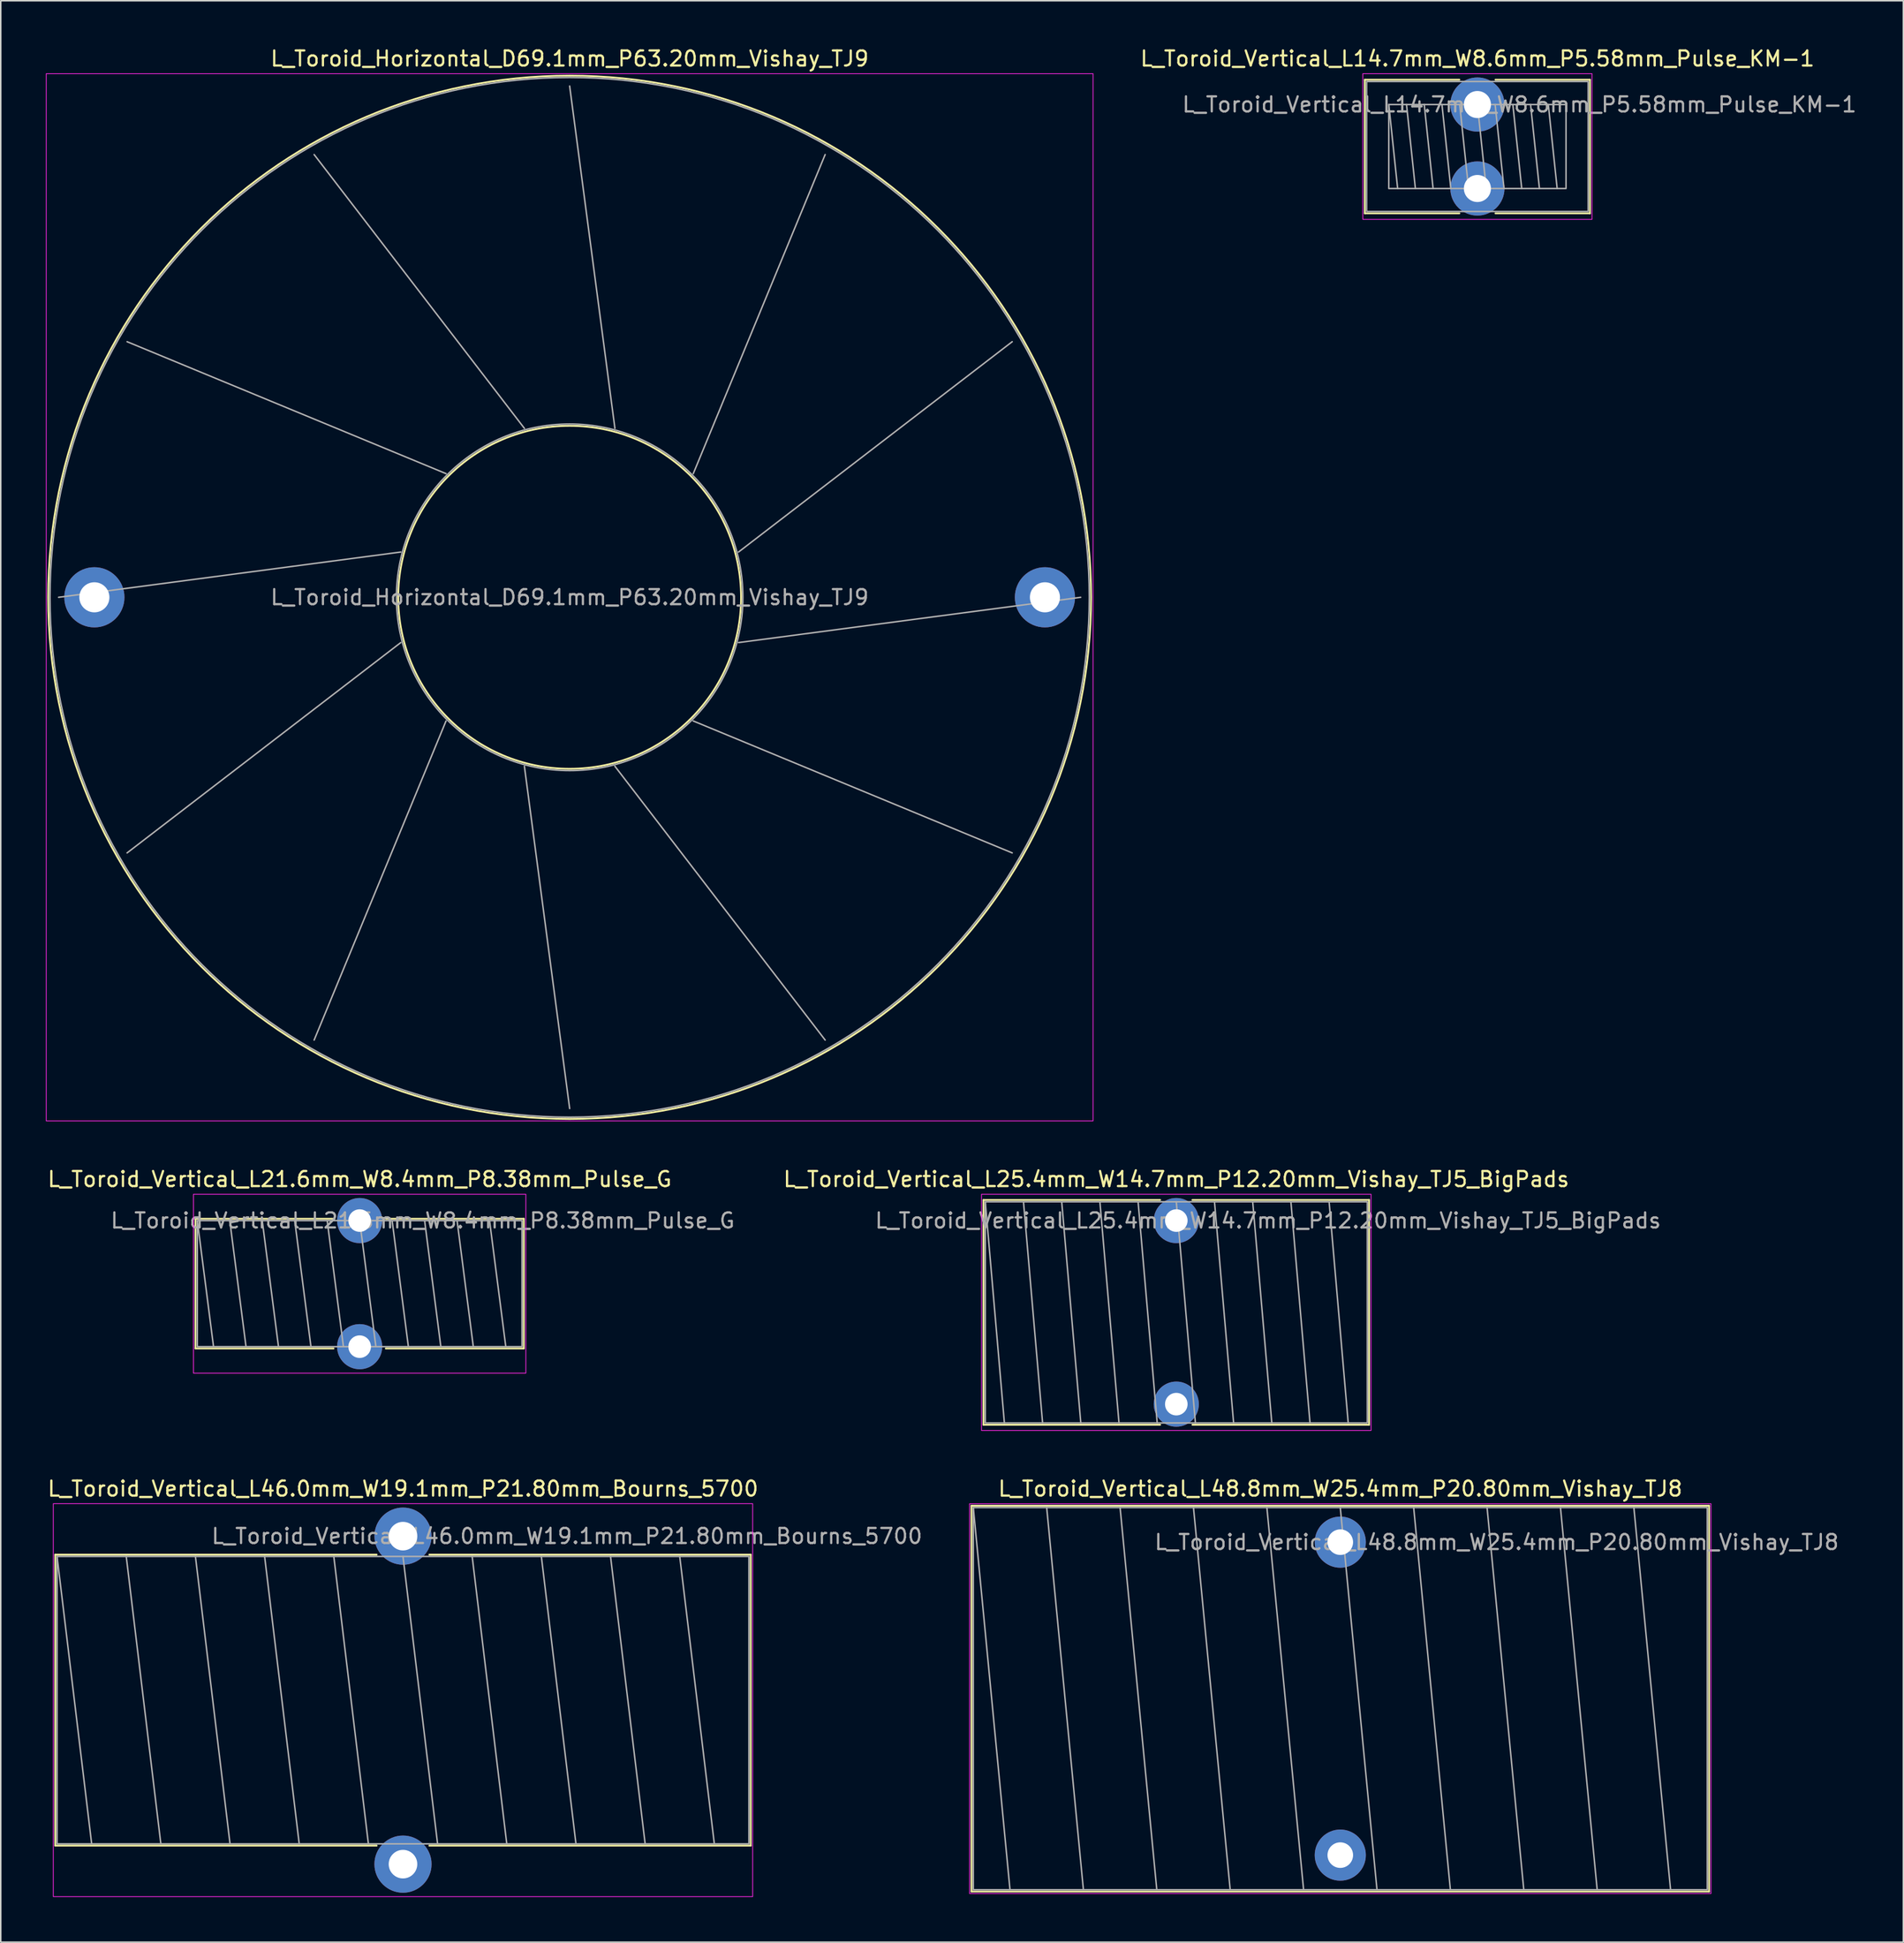
<source format=kicad_pcb>
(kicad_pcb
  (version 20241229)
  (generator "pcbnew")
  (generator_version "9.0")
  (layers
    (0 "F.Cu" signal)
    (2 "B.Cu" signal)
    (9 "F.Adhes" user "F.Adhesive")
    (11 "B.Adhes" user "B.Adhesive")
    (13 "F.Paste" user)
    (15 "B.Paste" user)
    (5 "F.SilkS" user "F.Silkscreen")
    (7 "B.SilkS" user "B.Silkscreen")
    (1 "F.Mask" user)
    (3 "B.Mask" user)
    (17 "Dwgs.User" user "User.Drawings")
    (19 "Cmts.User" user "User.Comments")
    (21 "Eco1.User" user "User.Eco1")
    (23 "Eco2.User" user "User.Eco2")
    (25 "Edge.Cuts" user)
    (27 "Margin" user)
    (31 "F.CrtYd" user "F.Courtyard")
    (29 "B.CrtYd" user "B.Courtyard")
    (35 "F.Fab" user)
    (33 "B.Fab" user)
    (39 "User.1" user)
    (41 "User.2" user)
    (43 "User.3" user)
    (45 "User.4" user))
  (footprint "L_Toroid_Vertical_L48.8mm_W25.4mm_P20.80mm_Vishay_TJ8"
    (layer "F.Cu")
    (at 86.063 99.445)
    (property "Reference" "L_Toroid_Vertical_L48.8mm_W25.4mm_P20.80mm_Vishay_TJ8" (at 0 -3.55 0) (layer "F.SilkS") (effects (font (size 1 1) (thickness 0.15))))
    (attr through_hole)
    (fp_line (start -24.52 -2.42) (end 24.52 -2.42) (stroke (width 0.12) (type solid)) (layer "F.SilkS"))
    (fp_line (start -24.52 23.22) (end -24.52 -2.42) (stroke (width 0.12) (type solid)) (layer "F.SilkS"))
    (fp_line (start 24.52 -2.42) (end 24.52 23.22) (stroke (width 0.12) (type solid)) (layer "F.SilkS"))
    (fp_line (start 24.52 23.22) (end -24.52 23.22) (stroke (width 0.12) (type solid)) (layer "F.SilkS"))
    (fp_rect (start -24.65 -2.55) (end 24.65 23.35) (stroke (width 0.05) (type solid)) (fill no) (layer "F.CrtYd"))
    (fp_line (start -24.4 -2.3) (end -21.96 23.1) (stroke (width 0.1) (type solid)) (layer "F.Fab"))
    (fp_line (start -19.52 -2.3) (end -17.08 23.1) (stroke (width 0.1) (type solid)) (layer "F.Fab"))
    (fp_line (start -14.64 -2.3) (end -12.2 23.1) (stroke (width 0.1) (type solid)) (layer "F.Fab"))
    (fp_line (start -9.76 -2.3) (end -7.32 23.1) (stroke (width 0.1) (type solid)) (layer "F.Fab"))
    (fp_line (start -4.88 -2.3) (end -2.44 23.1) (stroke (width 0.1) (type solid)) (layer "F.Fab"))
    (fp_line (start 0 -2.3) (end 2.44 23.1) (stroke (width 0.1) (type solid)) (layer "F.Fab"))
    (fp_line (start 4.88 -2.3) (end 7.32 23.1) (stroke (width 0.1) (type solid)) (layer "F.Fab"))
    (fp_line (start 9.76 -2.3) (end 12.2 23.1) (stroke (width 0.1) (type solid)) (layer "F.Fab"))
    (fp_line (start 14.64 -2.3) (end 17.08 23.1) (stroke (width 0.1) (type solid)) (layer "F.Fab"))
    (fp_line (start 19.52 -2.3) (end 21.96 23.1) (stroke (width 0.1) (type solid)) (layer "F.Fab"))
    (fp_rect (start -24.4 -2.3) (end 24.4 23.1) (stroke (width 0.1) (type solid)) (fill no) (layer "F.Fab"))
    (fp_text user "${REFERENCE}" (at 10.4 0 0) (layer "F.Fab") (effects (font (size 1 1) (thickness 0.15))))
    (pad "1" thru_hole circle (at 0 0) (size 3.4 3.4) (drill 1.7) (layers "*.Cu" "*.Mask"))
    (pad "2" thru_hole circle (at 0 20.8) (size 3.4 3.4) (drill 1.7) (layers "*.Cu" "*.Mask")))
  (footprint "L_Toroid_Vertical_L46.0mm_W19.1mm_P21.80mm_Bourns_5700"
    (layer "F.Cu")
    (at 23.744 99.045)
    (property "Reference" "L_Toroid_Vertical_L46.0mm_W19.1mm_P21.80mm_Bourns_5700" (at 0 -3.15 0) (layer "F.SilkS") (effects (font (size 1 1) (thickness 0.15))))
    (attr through_hole)
    (fp_line (start -23.12 1.23) (end -1.751 1.23) (stroke (width 0.12) (type solid)) (layer "F.SilkS"))
    (fp_line (start -23.12 20.57) (end -23.12 1.23) (stroke (width 0.12) (type solid)) (layer "F.SilkS"))
    (fp_line (start -1.751 20.57) (end -23.12 20.57) (stroke (width 0.12) (type solid)) (layer "F.SilkS"))
    (fp_line (start 1.751 1.23) (end 23.12 1.23) (stroke (width 0.12) (type solid)) (layer "F.SilkS"))
    (fp_line (start 23.12 1.23) (end 23.12 20.57) (stroke (width 0.12) (type solid)) (layer "F.SilkS"))
    (fp_line (start 23.12 20.57) (end 1.751 20.57) (stroke (width 0.12) (type solid)) (layer "F.SilkS"))
    (fp_rect (start -23.25 -2.16) (end 23.25 23.96) (stroke (width 0.05) (type solid)) (fill no) (layer "F.CrtYd"))
    (fp_line (start -23 1.35) (end -20.7 20.45) (stroke (width 0.1) (type solid)) (layer "F.Fab"))
    (fp_line (start -18.4 1.35) (end -16.1 20.45) (stroke (width 0.1) (type solid)) (layer "F.Fab"))
    (fp_line (start -13.8 1.35) (end -11.5 20.45) (stroke (width 0.1) (type solid)) (layer "F.Fab"))
    (fp_line (start -9.2 1.35) (end -6.9 20.45) (stroke (width 0.1) (type solid)) (layer "F.Fab"))
    (fp_line (start -4.6 1.35) (end -2.3 20.45) (stroke (width 0.1) (type solid)) (layer "F.Fab"))
    (fp_line (start 0 1.35) (end 2.3 20.45) (stroke (width 0.1) (type solid)) (layer "F.Fab"))
    (fp_line (start 4.6 1.35) (end 6.9 20.45) (stroke (width 0.1) (type solid)) (layer "F.Fab"))
    (fp_line (start 9.2 1.35) (end 11.5 20.45) (stroke (width 0.1) (type solid)) (layer "F.Fab"))
    (fp_line (start 13.8 1.35) (end 16.1 20.45) (stroke (width 0.1) (type solid)) (layer "F.Fab"))
    (fp_line (start 18.4 1.35) (end 20.7 20.45) (stroke (width 0.1) (type solid)) (layer "F.Fab"))
    (fp_rect (start -23 1.35) (end 23 20.45) (stroke (width 0.1) (type solid)) (fill no) (layer "F.Fab"))
    (fp_text user "${REFERENCE}" (at 10.9 0 0) (layer "F.Fab") (effects (font (size 1 1) (thickness 0.15))))
    (pad "1" thru_hole circle (at 0 0) (size 3.8 3.8) (drill 1.9) (layers "*.Cu" "*.Mask"))
    (pad "2" thru_hole circle (at 0 21.8) (size 3.8 3.8) (drill 1.9) (layers "*.Cu" "*.Mask")))
  (footprint "L_Toroid_Vertical_L21.6mm_W8.4mm_P8.38mm_Pulse_G"
    (layer "F.Cu")
    (at 20.863 78.072)
    (property "Reference" "L_Toroid_Vertical_L21.6mm_W8.4mm_P8.38mm_Pulse_G" (at 0 -2.75 0) (layer "F.SilkS") (effects (font (size 1 1) (thickness 0.15))))
    (attr through_hole)
    (fp_line (start -10.915 -0.12) (end -1.736 -0.12) (stroke (width 0.12) (type solid)) (layer "F.SilkS"))
    (fp_line (start -10.915 8.5) (end -10.915 -0.12) (stroke (width 0.12) (type solid)) (layer "F.SilkS"))
    (fp_line (start -1.736 8.5) (end -10.915 8.5) (stroke (width 0.12) (type solid)) (layer "F.SilkS"))
    (fp_line (start 1.736 -0.12) (end 10.915 -0.12) (stroke (width 0.12) (type solid)) (layer "F.SilkS"))
    (fp_line (start 10.915 -0.12) (end 10.915 8.5) (stroke (width 0.12) (type solid)) (layer "F.SilkS"))
    (fp_line (start 10.915 8.5) (end 1.736 8.5) (stroke (width 0.12) (type solid)) (layer "F.SilkS"))
    (fp_rect (start -11.05 -1.75) (end 11.05 10.14) (stroke (width 0.05) (type solid)) (fill no) (layer "F.CrtYd"))
    (fp_line (start -10.795 0) (end -9.716 8.38) (stroke (width 0.1) (type solid)) (layer "F.Fab"))
    (fp_line (start -8.636 0) (end -7.556 8.38) (stroke (width 0.1) (type solid)) (layer "F.Fab"))
    (fp_line (start -6.477 0) (end -5.397 8.38) (stroke (width 0.1) (type solid)) (layer "F.Fab"))
    (fp_line (start -4.318 0) (end -3.239 8.38) (stroke (width 0.1) (type solid)) (layer "F.Fab"))
    (fp_line (start -2.159 0) (end -1.079 8.38) (stroke (width 0.1) (type solid)) (layer "F.Fab"))
    (fp_line (start 0 0) (end 1.079 8.38) (stroke (width 0.1) (type solid)) (layer "F.Fab"))
    (fp_line (start 2.159 0) (end 3.239 8.38) (stroke (width 0.1) (type solid)) (layer "F.Fab"))
    (fp_line (start 4.318 0) (end 5.397 8.38) (stroke (width 0.1) (type solid)) (layer "F.Fab"))
    (fp_line (start 6.477 0) (end 7.556 8.38) (stroke (width 0.1) (type solid)) (layer "F.Fab"))
    (fp_line (start 8.636 0) (end 9.716 8.38) (stroke (width 0.1) (type solid)) (layer "F.Fab"))
    (fp_rect (start -10.795 0) (end 10.795 8.38) (stroke (width 0.1) (type solid)) (fill no) (layer "F.Fab"))
    (fp_text user "${REFERENCE}" (at 4.19 0 0) (layer "F.Fab") (effects (font (size 1 1) (thickness 0.15))))
    (pad "1" thru_hole circle (at 0 0) (size 3 3) (drill 1.5) (layers "*.Cu" "*.Mask"))
    (pad "2" thru_hole circle (at 0 8.38) (size 3 3) (drill 1.5) (layers "*.Cu" "*.Mask")))
  (footprint "L_Toroid_Horizontal_D69.1mm_P63.20mm_Vishay_TJ9"
    (layer "F.Cu")
    (at 3.225 36.648)
    (property "Reference" "L_Toroid_Horizontal_D69.1mm_P63.20mm_Vishay_TJ9" (at 31.6 -35.8 0) (layer "F.SilkS") (effects (font (size 1 1) (thickness 0.15))))
    (attr through_hole)
    (fp_circle (center 31.6 0) (end 42.997 0) (stroke (width 0.12) (type solid)) (fill no) (layer "F.SilkS"))
    (fp_circle (center 31.6 0) (end 66.27 0) (stroke (width 0.12) (type solid)) (fill no) (layer "F.SilkS"))
    (fp_rect (start -3.2 -34.8) (end 66.4 34.8) (stroke (width 0.05) (type solid)) (fill no) (layer "F.CrtYd"))
    (fp_line (start -2.377 0) (end 20.371 -3.009) (stroke (width 0.1) (type solid)) (layer "F.Fab"))
    (fp_line (start 2.175 -16.988) (end 23.38 -8.22) (stroke (width 0.1) (type solid)) (layer "F.Fab"))
    (fp_line (start 2.175 16.988) (end 20.371 3.009) (stroke (width 0.1) (type solid)) (layer "F.Fab"))
    (fp_line (start 14.612 -29.425) (end 28.591 -11.229) (stroke (width 0.1) (type solid)) (layer "F.Fab"))
    (fp_line (start 14.612 29.425) (end 23.38 8.22) (stroke (width 0.1) (type solid)) (layer "F.Fab"))
    (fp_line (start 31.6 -33.977) (end 34.609 -11.229) (stroke (width 0.1) (type solid)) (layer "F.Fab"))
    (fp_line (start 31.6 33.977) (end 28.591 11.229) (stroke (width 0.1) (type solid)) (layer "F.Fab"))
    (fp_line (start 48.588 -29.425) (end 39.82 -8.22) (stroke (width 0.1) (type solid)) (layer "F.Fab"))
    (fp_line (start 48.588 29.425) (end 34.609 11.229) (stroke (width 0.1) (type solid)) (layer "F.Fab"))
    (fp_line (start 61.025 -16.988) (end 42.829 -3.009) (stroke (width 0.1) (type solid)) (layer "F.Fab"))
    (fp_line (start 61.025 16.988) (end 39.82 8.22) (stroke (width 0.1) (type solid)) (layer "F.Fab"))
    (fp_line (start 65.577 0) (end 42.829 3.009) (stroke (width 0.1) (type solid)) (layer "F.Fab"))
    (fp_circle (center 31.6 0) (end 43.117 0) (stroke (width 0.1) (type solid)) (fill no) (layer "F.Fab"))
    (fp_circle (center 31.6 0) (end 66.15 0) (stroke (width 0.1) (type solid)) (fill no) (layer "F.Fab"))
    (fp_text user "${REFERENCE}" (at 31.6 0 0) (layer "F.Fab") (effects (font (size 1 1) (thickness 0.15))))
    (pad "1" thru_hole circle (at 0 0) (size 4 4) (drill 2) (layers "*.Cu" "*.Mask"))
    (pad "2" thru_hole circle (at 63.2 0) (size 4 4) (drill 2) (layers "*.Cu" "*.Mask")))
  (footprint "L_Toroid_Vertical_L14.7mm_W8.6mm_P5.58mm_Pulse_KM-1"
    (layer "F.Cu")
    (at 95.18 3.898)
    (property "Reference" "L_Toroid_Vertical_L14.7mm_W8.6mm_P5.58mm_Pulse_KM-1" (at 0 -3.05 0) (layer "F.SilkS") (effects (font (size 1 1) (thickness 0.15))))
    (attr through_hole)
    (fp_line (start -7.485 -1.65) (end -1.2 -1.65) (stroke (width 0.12) (type solid)) (layer "F.SilkS"))
    (fp_line (start -7.485 7.23) (end -7.485 -1.65) (stroke (width 0.12) (type solid)) (layer "F.SilkS"))
    (fp_line (start -1.2 7.23) (end -7.485 7.23) (stroke (width 0.12) (type solid)) (layer "F.SilkS"))
    (fp_line (start 1.2 -1.65) (end 7.485 -1.65) (stroke (width 0.12) (type solid)) (layer "F.SilkS"))
    (fp_line (start 7.485 -1.65) (end 7.485 7.23) (stroke (width 0.12) (type solid)) (layer "F.SilkS"))
    (fp_line (start 7.485 7.23) (end 1.2 7.23) (stroke (width 0.12) (type solid)) (layer "F.SilkS"))
    (fp_rect (start -7.62 -2.05) (end 7.62 7.63) (stroke (width 0.05) (type solid)) (fill no) (layer "F.CrtYd"))
    (fp_line (start -5.892 0) (end -5.303 5.58) (stroke (width 0.1) (type solid)) (layer "F.Fab"))
    (fp_line (start -4.714 0) (end -4.124 5.58) (stroke (width 0.1) (type solid)) (layer "F.Fab"))
    (fp_line (start -3.535 0) (end -2.946 5.58) (stroke (width 0.1) (type solid)) (layer "F.Fab"))
    (fp_line (start -2.357 0) (end -1.768 5.58) (stroke (width 0.1) (type solid)) (layer "F.Fab"))
    (fp_line (start -1.178 0) (end -0.589 5.58) (stroke (width 0.1) (type solid)) (layer "F.Fab"))
    (fp_line (start 0 0) (end 0.589 5.58) (stroke (width 0.1) (type solid)) (layer "F.Fab"))
    (fp_line (start 1.178 0) (end 1.768 5.58) (stroke (width 0.1) (type solid)) (layer "F.Fab"))
    (fp_line (start 2.357 0) (end 2.946 5.58) (stroke (width 0.1) (type solid)) (layer "F.Fab"))
    (fp_line (start 3.535 0) (end 4.124 5.58) (stroke (width 0.1) (type solid)) (layer "F.Fab"))
    (fp_line (start 4.714 0) (end 5.303 5.58) (stroke (width 0.1) (type solid)) (layer "F.Fab"))
    (fp_rect (start -7.365 -1.53) (end 7.365 7.11) (stroke (width 0.1) (type solid)) (fill no) (layer "F.Fab"))
    (fp_rect (start -5.892 0) (end 5.892 5.58) (stroke (width 0.1) (type solid)) (fill no) (layer "F.Fab"))
    (fp_text user "${REFERENCE}" (at 2.79 0 0) (layer "F.Fab") (effects (font (size 1 1) (thickness 0.15))))
    (pad "1" thru_hole circle (at 0 0) (size 3.6 3.6) (drill 1.8) (layers "*.Cu" "*.Mask"))
    (pad "2" thru_hole circle (at 0 5.58) (size 3.6 3.6) (drill 1.8) (layers "*.Cu" "*.Mask")))
  (footprint "L_Toroid_Vertical_L25.4mm_W14.7mm_P12.20mm_Vishay_TJ5_BigPads"
    (layer "F.Cu")
    (at 75.16 78.072)
    (property "Reference" "L_Toroid_Vertical_L25.4mm_W14.7mm_P12.20mm_Vishay_TJ5_BigPads" (at 0 -2.75 0) (layer "F.SilkS") (effects (font (size 1 1) (thickness 0.15))))
    (attr through_hole)
    (fp_line (start -12.82 -1.37) (end -1.073 -1.37) (stroke (width 0.12) (type solid)) (layer "F.SilkS"))
    (fp_line (start -12.82 13.57) (end -12.82 -1.37) (stroke (width 0.12) (type solid)) (layer "F.SilkS"))
    (fp_line (start -1.073 13.57) (end -12.82 13.57) (stroke (width 0.12) (type solid)) (layer "F.SilkS"))
    (fp_line (start 1.073 -1.37) (end 12.82 -1.37) (stroke (width 0.12) (type solid)) (layer "F.SilkS"))
    (fp_line (start 12.82 -1.37) (end 12.82 13.57) (stroke (width 0.12) (type solid)) (layer "F.SilkS"))
    (fp_line (start 12.82 13.57) (end 1.073 13.57) (stroke (width 0.12) (type solid)) (layer "F.SilkS"))
    (fp_rect (start -12.95 -1.75) (end 12.95 13.95) (stroke (width 0.05) (type solid)) (fill no) (layer "F.CrtYd"))
    (fp_line (start -12.7 -1.25) (end -11.43 13.45) (stroke (width 0.1) (type solid)) (layer "F.Fab"))
    (fp_line (start -10.16 -1.25) (end -8.89 13.45) (stroke (width 0.1) (type solid)) (layer "F.Fab"))
    (fp_line (start -7.62 -1.25) (end -6.35 13.45) (stroke (width 0.1) (type solid)) (layer "F.Fab"))
    (fp_line (start -5.08 -1.25) (end -3.81 13.45) (stroke (width 0.1) (type solid)) (layer "F.Fab"))
    (fp_line (start -2.54 -1.25) (end -1.27 13.45) (stroke (width 0.1) (type solid)) (layer "F.Fab"))
    (fp_line (start 0 -1.25) (end 1.27 13.45) (stroke (width 0.1) (type solid)) (layer "F.Fab"))
    (fp_line (start 2.54 -1.25) (end 3.81 13.45) (stroke (width 0.1) (type solid)) (layer "F.Fab"))
    (fp_line (start 5.08 -1.25) (end 6.35 13.45) (stroke (width 0.1) (type solid)) (layer "F.Fab"))
    (fp_line (start 7.62 -1.25) (end 8.89 13.45) (stroke (width 0.1) (type solid)) (layer "F.Fab"))
    (fp_line (start 10.16 -1.25) (end 11.43 13.45) (stroke (width 0.1) (type solid)) (layer "F.Fab"))
    (fp_rect (start -12.7 -1.25) (end 12.7 13.45) (stroke (width 0.1) (type solid)) (fill no) (layer "F.Fab"))
    (fp_text user "${REFERENCE}" (at 6.1 0 0) (layer "F.Fab") (effects (font (size 1 1) (thickness 0.15))))
    (pad "1" thru_hole circle (at 0 0) (size 3 3) (drill 1.5) (layers "*.Cu" "*.Mask"))
    (pad "2" thru_hole circle (at 0 12.2) (size 3 3) (drill 1.5) (layers "*.Cu" "*.Mask")))
  (gr_rect
    (start -3 -3)
    (end 123.5 126.03)
    (stroke (width 0.1) (type default))
    (fill no)
    (layer "Edge.Cuts")))
</source>
